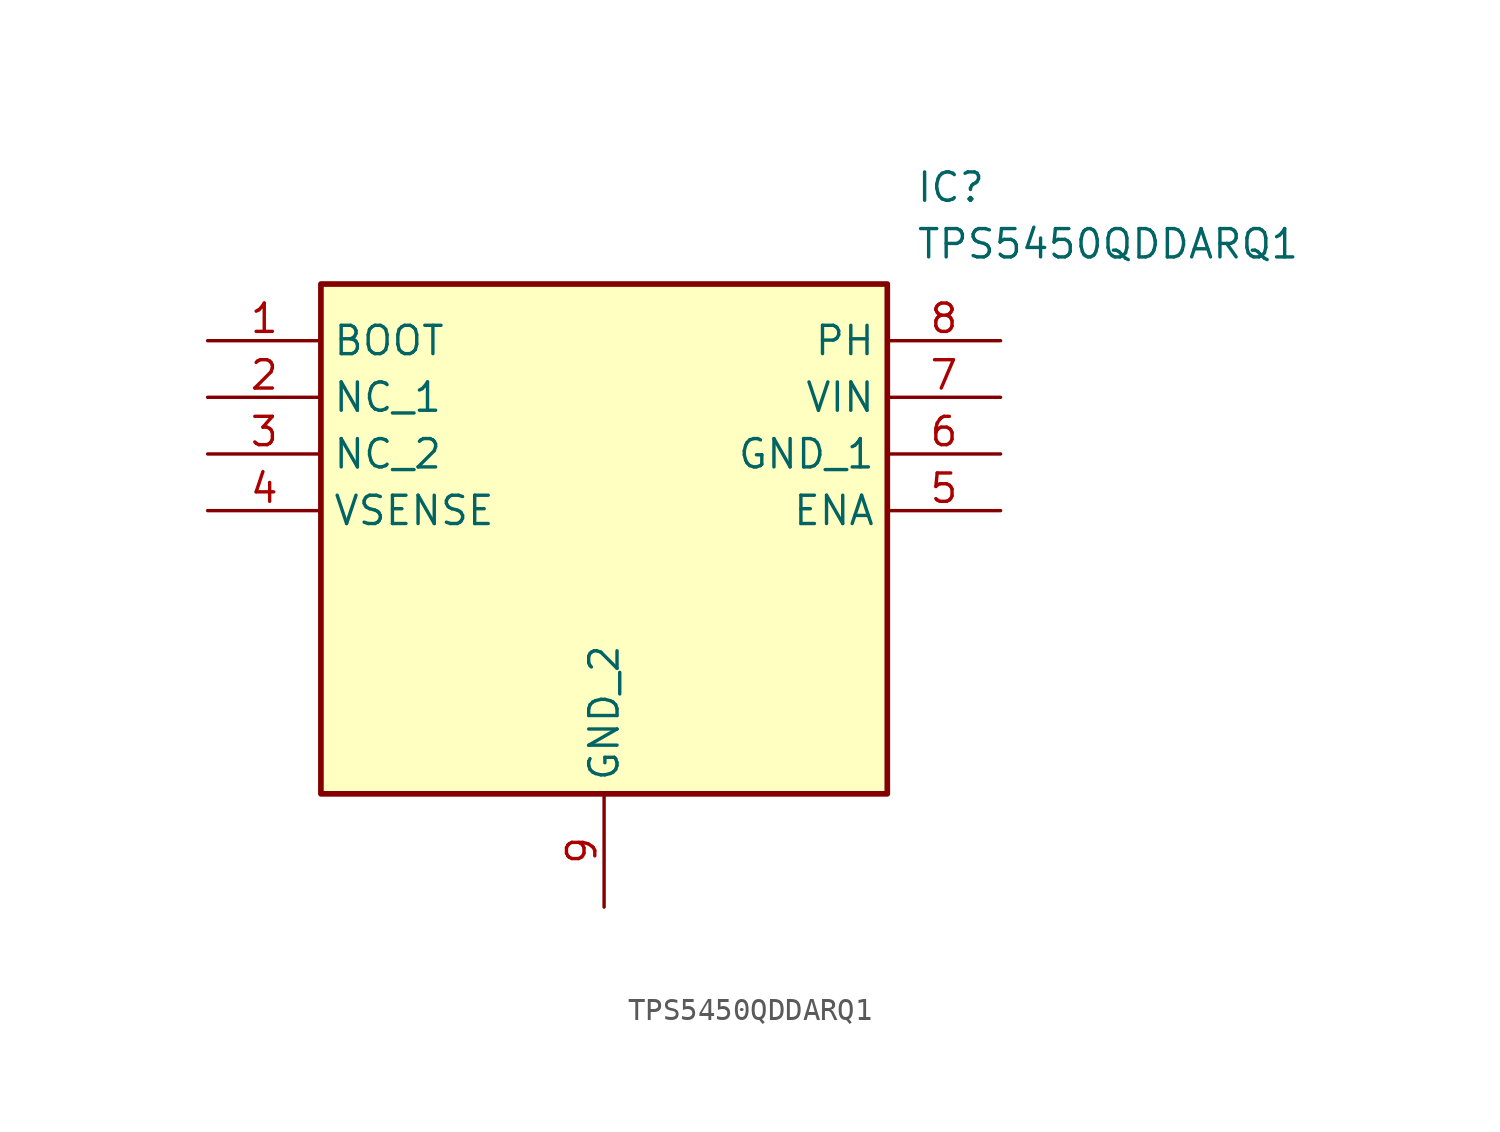
<source format=kicad_sym>
(kicad_symbol_lib
  (version 20211014)
  (generator SamacSys_ECAD_Model)
  (symbol "TPS5450QDDARQ1"
    (property "Reference" "IC"
      (at 31.75 7.62 0)
      (effects (font (size 1.27 1.27)) (justify left top)))
    (property "Value" "TPS5450QDDARQ1"
      (at 31.75 5.08 0)
      (effects (font (size 1.27 1.27)) (justify left top)))
    (rectangle
      (start 5.08 2.54)
      (end 30.48 -20.32)
      (stroke (width 0.254) (type default))
      (fill (type background)))
    (pin passive line
      (at 0 0 0)
      (length 5.08)
      (name "BOOT" (effects (font (size 1.27 1.27))))
      (number "1" (effects (font (size 1.27 1.27)))))
    (pin passive line
      (at 0 -2.54 0)
      (length 5.08)
      (name "NC_1" (effects (font (size 1.27 1.27))))
      (number "2" (effects (font (size 1.27 1.27)))))
    (pin passive line
      (at 0 -5.08 0)
      (length 5.08)
      (name "NC_2" (effects (font (size 1.27 1.27))))
      (number "3" (effects (font (size 1.27 1.27)))))
    (pin passive line
      (at 0 -7.62 0)
      (length 5.08)
      (name "VSENSE" (effects (font (size 1.27 1.27))))
      (number "4" (effects (font (size 1.27 1.27)))))
    (pin passive line
      (at 17.78 -25.4 90)
      (length 5.08)
      (name "GND_2" (effects (font (size 1.27 1.27))))
      (number "9" (effects (font (size 1.27 1.27)))))
    (pin passive line
      (at 35.56 0 180)
      (length 5.08)
      (name "PH" (effects (font (size 1.27 1.27))))
      (number "8" (effects (font (size 1.27 1.27)))))
    (pin passive line
      (at 35.56 -2.54 180)
      (length 5.08)
      (name "VIN" (effects (font (size 1.27 1.27))))
      (number "7" (effects (font (size 1.27 1.27)))))
    (pin passive line
      (at 35.56 -5.08 180)
      (length 5.08)
      (name "GND_1" (effects (font (size 1.27 1.27))))
      (number "6" (effects (font (size 1.27 1.27)))))
    (pin passive line
      (at 35.56 -7.62 180)
      (length 5.08)
      (name "ENA" (effects (font (size 1.27 1.27))))
      (number "5" (effects (font (size 1.27 1.27)))))))
</source>
